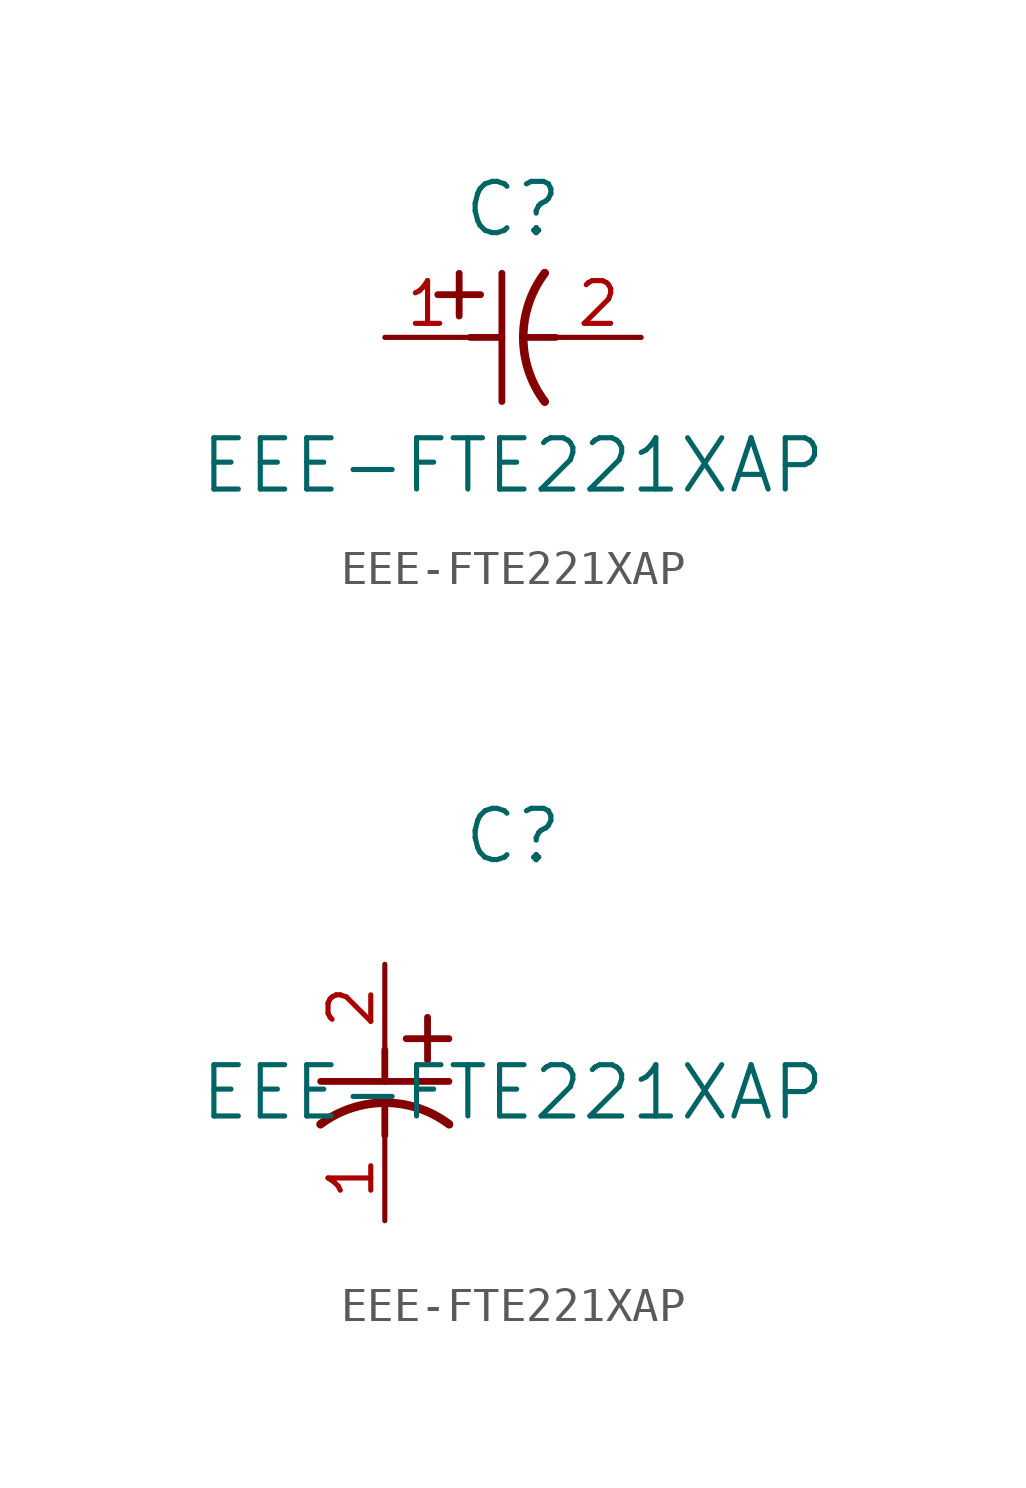
<source format=kicad_sym>
(kicad_symbol_lib
  (version 20211014)
  (generator kicad_symbol_editor)
  (symbol "EEE-FTE221XAP"
    (pin_names
      (offset 0.254))
    (property "Reference" "C"
      (at 3.81 3.81 0)
      (effects (font (size 1.524 1.524))))
    (property "Value" "EEE-FTE221XAP"
      (at 3.81 -3.81 0)
      (effects (font (size 1.524 1.524))))
    (symbol "EEE-FTE221XAP_1_1"
      (polyline (pts (xy 2.21 0.635) (xy 2.21 1.905)) (stroke (width 0.203) (type default) (color 0 0 0 0)) (fill (type none)))
      (arc (start 4.754132 1.910763) (mid 4.1148 0) (end 4.754132 -1.910763) (stroke (width 0.254) (type default) (color 0 0 0 0)) (fill (type none)))
      (polyline (pts (xy 4.115 0) (xy 5.08 0)) (stroke (width 0.203) (type default) (color 0 0 0 0)) (fill (type none)))
      (polyline (pts (xy 3.48 -1.905) (xy 3.48 1.905)) (stroke (width 0.203) (type default) (color 0 0 0 0)) (fill (type none)))
      (polyline (pts (xy 1.575 1.27) (xy 2.845 1.27)) (stroke (width 0.203) (type default) (color 0 0 0 0)) (fill (type none)))
      (polyline (pts (xy 2.54 0) (xy 3.48 0)) (stroke (width 0.203) (type default) (color 0 0 0 0)) (fill (type none)))
      (pin unspecified line (at 0 0 0) (length 2.54) (name "" (effects (font (size 1.27 1.27)))) (number "1" (effects (font (size 1.27 1.27)))))
      (pin unspecified line (at 7.62 0 180) (length 2.54) (name "" (effects (font (size 1.27 1.27)))) (number "2" (effects (font (size 1.27 1.27))))))
    (symbol "EEE-FTE221XAP_1_2"
      (polyline (pts (xy 0 -2.54) (xy 0 -3.48)) (stroke (width 0.203) (type default) (color 0 0 0 0)) (fill (type none)))
      (arc (start 1.910763 -4.754132) (mid 0 -4.1148) (end -1.910763 -4.754132) (stroke (width 0.254) (type default) (color 0 0 0 0)) (fill (type none)))
      (polyline (pts (xy -1.905 -3.48) (xy 1.905 -3.48)) (stroke (width 0.203) (type default) (color 0 0 0 0)) (fill (type none)))
      (polyline (pts (xy 0.635 -2.21) (xy 1.905 -2.21)) (stroke (width 0.203) (type default) (color 0 0 0 0)) (fill (type none)))
      (polyline (pts (xy 1.27 -1.575) (xy 1.27 -2.845)) (stroke (width 0.203) (type default) (color 0 0 0 0)) (fill (type none)))
      (polyline (pts (xy 0 -4.115) (xy 0 -5.08)) (stroke (width 0.203) (type default) (color 0 0 0 0)) (fill (type none)))
      (pin unspecified line (at 0 -7.62 90) (length 2.54) (name "" (effects (font (size 1.27 1.27)))) (number "1" (effects (font (size 1.27 1.27)))))
      (pin unspecified line (at 0 0 270) (length 2.54) (name "" (effects (font (size 1.27 1.27)))) (number "2" (effects (font (size 1.27 1.27))))))))
</source>
